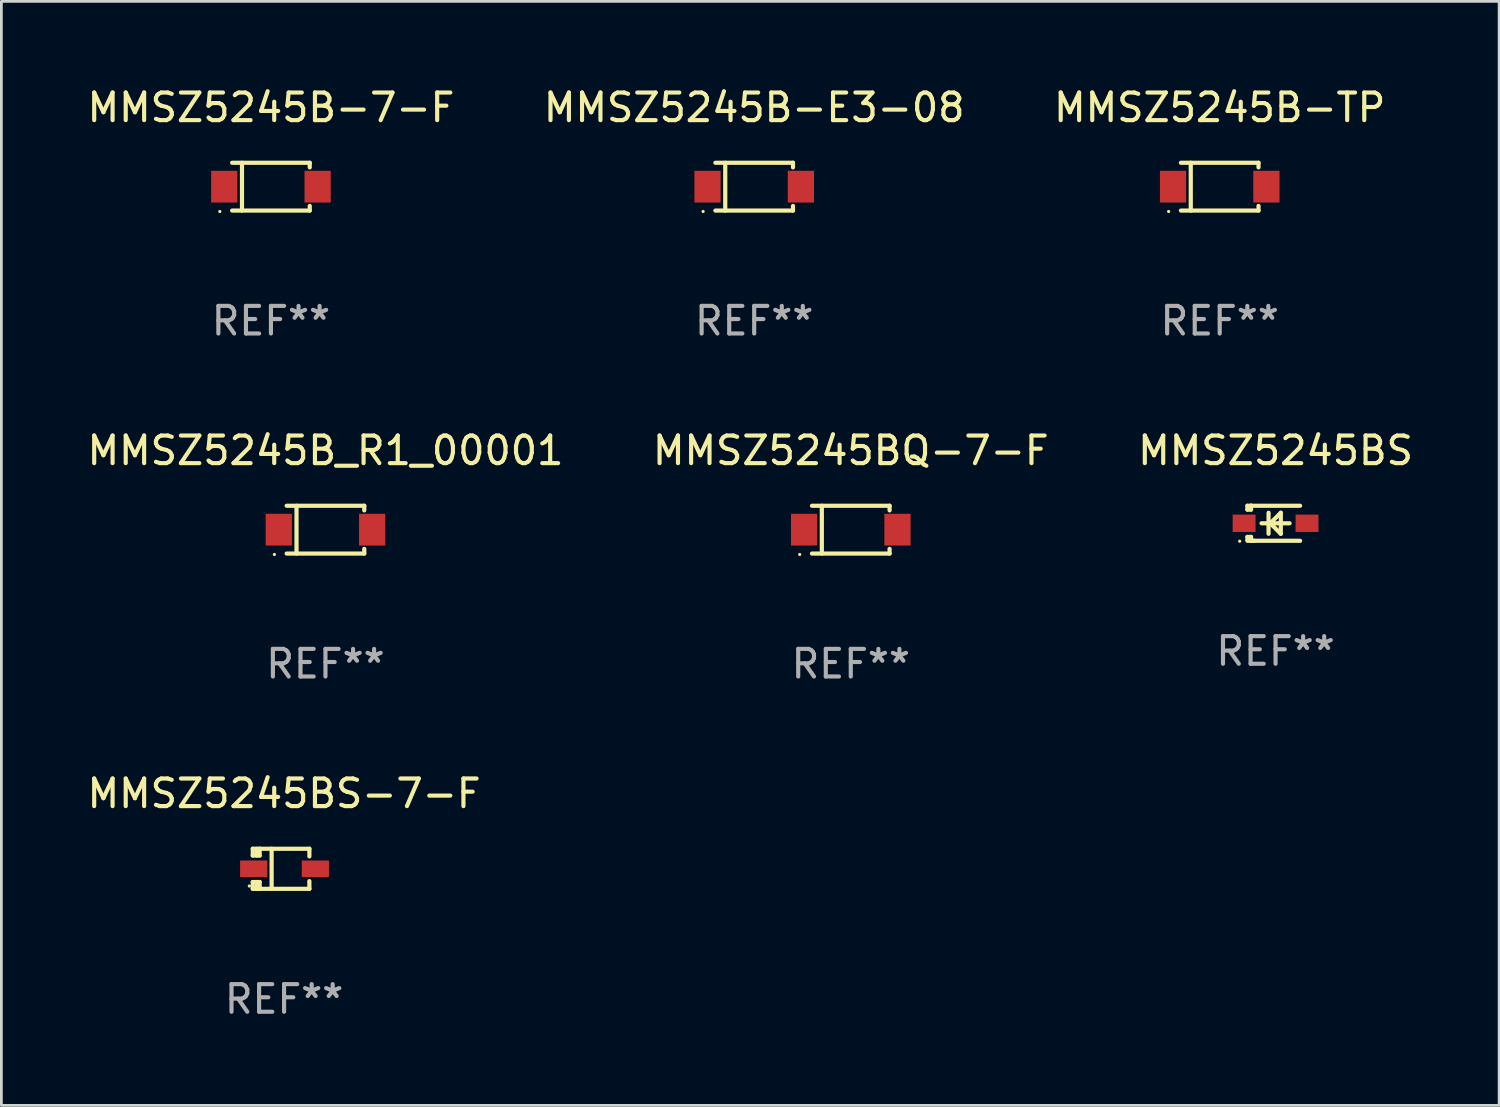
<source format=kicad_pcb>
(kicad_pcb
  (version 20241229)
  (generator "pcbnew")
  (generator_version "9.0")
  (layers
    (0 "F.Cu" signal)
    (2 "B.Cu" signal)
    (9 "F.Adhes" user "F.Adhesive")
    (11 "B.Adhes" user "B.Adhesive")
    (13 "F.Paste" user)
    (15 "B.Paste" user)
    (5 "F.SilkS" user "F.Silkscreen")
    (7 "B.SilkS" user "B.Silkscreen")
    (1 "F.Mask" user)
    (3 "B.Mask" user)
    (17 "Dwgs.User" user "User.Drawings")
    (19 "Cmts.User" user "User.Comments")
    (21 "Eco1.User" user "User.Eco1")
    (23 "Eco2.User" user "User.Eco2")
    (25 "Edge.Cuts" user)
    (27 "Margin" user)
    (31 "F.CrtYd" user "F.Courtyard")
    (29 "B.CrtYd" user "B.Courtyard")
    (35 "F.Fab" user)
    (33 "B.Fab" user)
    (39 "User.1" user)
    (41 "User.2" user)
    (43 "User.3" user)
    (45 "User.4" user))
  (footprint "MMSZ5245B-TP"
    (layer "F.Cu")
    (at 41.149 3.714)
    (property "Reference" "MMSZ5245B-TP" (at 0 -2.866 0) (layer "F.SilkS") (effects (font (size 1 1) (thickness 0.15))))
    (attr through_hole)
    (fp_line (start -1.406 -0.866) (end 1.406 -0.866) (stroke (width 0.152) (type solid)) (layer "F.SilkS"))
    (fp_line (start -1.406 0.866) (end 1.406 0.866) (stroke (width 0.152) (type solid)) (layer "F.SilkS"))
    (fp_line (start -1.049 -0.866) (end -1.049 0.866) (stroke (width 0.152) (type solid)) (layer "F.SilkS"))
    (fp_line (start 1.406 -0.866) (end 1.406 -0.698) (stroke (width 0.152) (type solid)) (layer "F.SilkS"))
    (fp_line (start 1.406 0.866) (end 1.406 0.698) (stroke (width 0.152) (type solid)) (layer "F.SilkS"))
    (fp_circle (center -1.851 0.9) (end -1.821 0.9) (stroke (width 0.06) (type solid)) (fill no) (layer "F.SilkS"))
    (fp_text user "REF**" (at 0 4.866 0) (layer "F.Fab") (effects (font (size 1 1) (thickness 0.15))))
    (pad "1" smd rect (at -1.692 0) (size 0.95 1.15) (layers "F.Cu" "F.Mask" "F.Paste"))
    (pad "2" smd rect (at 1.692 0) (size 0.95 1.15) (layers "F.Cu" "F.Mask" "F.Paste")))
  (footprint "MMSZ5245BQ-7-F"
    (layer "F.Cu")
    (at 27.78 16.143)
    (property "Reference" "MMSZ5245BQ-7-F" (at 0 -2.866 0) (layer "F.SilkS") (effects (font (size 1 1) (thickness 0.15))))
    (attr through_hole)
    (fp_line (start -1.406 -0.866) (end 1.406 -0.866) (stroke (width 0.152) (type solid)) (layer "F.SilkS"))
    (fp_line (start -1.406 0.866) (end 1.406 0.866) (stroke (width 0.152) (type solid)) (layer "F.SilkS"))
    (fp_line (start -1.049 -0.866) (end -1.049 0.866) (stroke (width 0.152) (type solid)) (layer "F.SilkS"))
    (fp_line (start 1.406 -0.866) (end 1.406 -0.698) (stroke (width 0.152) (type solid)) (layer "F.SilkS"))
    (fp_line (start 1.406 0.866) (end 1.406 0.698) (stroke (width 0.152) (type solid)) (layer "F.SilkS"))
    (fp_circle (center -1.851 0.9) (end -1.821 0.9) (stroke (width 0.06) (type solid)) (fill no) (layer "F.SilkS"))
    (fp_text user "REF**" (at 0 4.866 0) (layer "F.Fab") (effects (font (size 1 1) (thickness 0.15))))
    (pad "1" smd rect (at -1.692 0) (size 0.95 1.15) (layers "F.Cu" "F.Mask" "F.Paste"))
    (pad "2" smd rect (at 1.692 0) (size 0.95 1.15) (layers "F.Cu" "F.Mask" "F.Paste")))
  (footprint "MMSZ5245BS-7-F"
    (layer "F.Cu")
    (at 7.244 28.432)
    (property "Reference" "MMSZ5245BS-7-F" (at 0 -2.726 0) (layer "F.SilkS") (effects (font (size 1 1) (thickness 0.15))))
    (attr through_hole)
    (fp_line (start -1.134 0.48) (end -1.134 0.726) (stroke (width 0.152) (type solid)) (layer "F.SilkS"))
    (fp_line (start -1.134 0.726) (end -0.885 0.726) (stroke (width 0.152) (type solid)) (layer "F.SilkS"))
    (fp_line (start -1.134 -0.726) (end -1.134 -0.48) (stroke (width 0.152) (type solid)) (layer "F.SilkS"))
    (fp_line (start -0.992 -0.726) (end -0.992 -0.48) (stroke (width 0.152) (type solid)) (layer "F.SilkS"))
    (fp_line (start -0.992 0.48) (end -0.992 0.726) (stroke (width 0.152) (type solid)) (layer "F.SilkS"))
    (fp_line (start -0.885 -0.726) (end -1.134 -0.726) (stroke (width 0.152) (type solid)) (layer "F.SilkS"))
    (fp_line (start -0.885 -0.48) (end -1.134 -0.48) (stroke (width 0.152) (type solid)) (layer "F.SilkS"))
    (fp_line (start -0.885 -0.48) (end -0.885 -0.726) (stroke (width 0.152) (type solid)) (layer "F.SilkS"))
    (fp_line (start -0.885 0.48) (end -1.134 0.48) (stroke (width 0.152) (type solid)) (layer "F.SilkS"))
    (fp_line (start -0.885 0.48) (end -0.885 0.726) (stroke (width 0.152) (type solid)) (layer "F.SilkS"))
    (fp_line (start -0.451 0.726) (end -0.451 -0.726) (stroke (width 0.152) (type solid)) (layer "F.SilkS"))
    (fp_line (start 0.917 -0.726) (end -0.885 -0.726) (stroke (width 0.152) (type solid)) (layer "F.SilkS"))
    (fp_line (start 0.917 -0.726) (end 0.917 -0.448) (stroke (width 0.152) (type solid)) (layer "F.SilkS"))
    (fp_line (start 0.917 0.726) (end -0.885 0.726) (stroke (width 0.152) (type solid)) (layer "F.SilkS"))
    (fp_line (start 0.917 0.726) (end 0.917 0.448) (stroke (width 0.152) (type solid)) (layer "F.SilkS"))
    (fp_circle (center -1.259 0.625) (end -1.229 0.625) (stroke (width 0.06) (type solid)) (fill no) (layer "F.SilkS"))
    (fp_text user "REF**" (at 0 4.726 0) (layer "F.Fab") (effects (font (size 1 1) (thickness 0.15))))
    (pad "1" smd rect (at -1.101 -0.000114) (size 0.985 0.6) (layers "F.Cu" "F.Mask" "F.Paste"))
    (pad "2" smd rect (at 1.134 -0.000114) (size 0.985 0.6) (layers "F.Cu" "F.Mask" "F.Paste")))
  (footprint "MMSZ5245BS"
    (layer "F.Cu")
    (at 43.173 15.912)
    (property "Reference" "MMSZ5245BS" (at 0 -2.635 0) (layer "F.SilkS") (effects (font (size 1 1) (thickness 0.15))))
    (attr through_hole)
    (fp_line (start -1.02 -0.635) (end -1.02 -0.495) (stroke (width 0.152) (type solid)) (layer "F.SilkS"))
    (fp_line (start -1.02 -0.495) (end -0.889 -0.495) (stroke (width 0.152) (type solid)) (layer "F.SilkS"))
    (fp_line (start -1.02 0.495) (end -1.02 0.62) (stroke (width 0.152) (type solid)) (layer "F.SilkS"))
    (fp_line (start -1.02 0.495) (end -0.889 0.495) (stroke (width 0.152) (type solid)) (layer "F.SilkS"))
    (fp_line (start -0.889 -0.635) (end -1.02 -0.635) (stroke (width 0.152) (type solid)) (layer "F.SilkS"))
    (fp_line (start -0.889 -0.635) (end -0.889 -0.595) (stroke (width 0.152) (type solid)) (layer "F.SilkS"))
    (fp_line (start -0.889 -0.635) (end 0.889 -0.635) (stroke (width 0.152) (type solid)) (layer "F.SilkS"))
    (fp_line (start -0.889 -0.495) (end -0.889 -0.635) (stroke (width 0.152) (type solid)) (layer "F.SilkS"))
    (fp_line (start -0.889 0.595) (end -0.889 0.495) (stroke (width 0.152) (type solid)) (layer "F.SilkS"))
    (fp_line (start -0.889 0.595) (end -0.889 0.635) (stroke (width 0.152) (type solid)) (layer "F.SilkS"))
    (fp_line (start -0.889 0.635) (end 0.889 0.635) (stroke (width 0.152) (type solid)) (layer "F.SilkS"))
    (fp_line (start -0.776 0.635) (end -1.014 0.635) (stroke (width 0.152) (type solid)) (layer "F.SilkS"))
    (fp_line (start -0.254 -0.381) (end -0.254 0.381) (stroke (width 0.152) (type solid)) (layer "F.SilkS"))
    (fp_line (start -0.191 0) (end 0.19 -0.381) (stroke (width 0.152) (type solid)) (layer "F.SilkS"))
    (fp_line (start 0.19 -0.381) (end 0.19 0.381) (stroke (width 0.152) (type solid)) (layer "F.SilkS"))
    (fp_line (start 0.19 0.381) (end -0.191 0) (stroke (width 0.152) (type solid)) (layer "F.SilkS"))
    (fp_line (start 0.508 0) (end -0.508 0) (stroke (width 0.152) (type solid)) (layer "F.SilkS"))
    (fp_circle (center -1.3 0.65) (end -1.27 0.65) (stroke (width 0.06) (type solid)) (fill no) (layer "F.SilkS"))
    (fp_text user "REF**" (at 0 4.635 0) (layer "F.Fab") (effects (font (size 1 1) (thickness 0.15))))
    (pad "1" smd rect (at -1.14 0.000051 90) (size 0.63 0.83) (layers "F.Cu" "F.Mask" "F.Paste"))
    (pad "2" smd rect (at 1.14 0.000051 90) (size 0.63 0.83) (layers "F.Cu" "F.Mask" "F.Paste")))
  (footprint "MMSZ5245B-E3-08"
    (layer "F.Cu")
    (at 24.28 3.714)
    (property "Reference" "MMSZ5245B-E3-08" (at 0 -2.866 0) (layer "F.SilkS") (effects (font (size 1 1) (thickness 0.15))))
    (attr through_hole)
    (fp_line (start -1.406 -0.866) (end 1.406 -0.866) (stroke (width 0.152) (type solid)) (layer "F.SilkS"))
    (fp_line (start -1.406 0.866) (end 1.406 0.866) (stroke (width 0.152) (type solid)) (layer "F.SilkS"))
    (fp_line (start -1.049 -0.866) (end -1.049 0.866) (stroke (width 0.152) (type solid)) (layer "F.SilkS"))
    (fp_line (start 1.406 -0.866) (end 1.406 -0.698) (stroke (width 0.152) (type solid)) (layer "F.SilkS"))
    (fp_line (start 1.406 0.866) (end 1.406 0.698) (stroke (width 0.152) (type solid)) (layer "F.SilkS"))
    (fp_circle (center -1.851 0.9) (end -1.821 0.9) (stroke (width 0.06) (type solid)) (fill no) (layer "F.SilkS"))
    (fp_text user "REF**" (at 0 4.866 0) (layer "F.Fab") (effects (font (size 1 1) (thickness 0.15))))
    (pad "1" smd rect (at -1.692 0) (size 0.95 1.15) (layers "F.Cu" "F.Mask" "F.Paste"))
    (pad "2" smd rect (at 1.692 0) (size 0.95 1.15) (layers "F.Cu" "F.Mask" "F.Paste")))
  (footprint "MMSZ5245B_R1_00001"
    (layer "F.Cu")
    (at 8.744 16.143)
    (property "Reference" "MMSZ5245B_R1_00001" (at 0 -2.866 0) (layer "F.SilkS") (effects (font (size 1 1) (thickness 0.15))))
    (attr through_hole)
    (fp_line (start -1.406 -0.866) (end 1.406 -0.866) (stroke (width 0.152) (type solid)) (layer "F.SilkS"))
    (fp_line (start -1.406 0.866) (end 1.406 0.866) (stroke (width 0.152) (type solid)) (layer "F.SilkS"))
    (fp_line (start -1.049 -0.866) (end -1.049 0.866) (stroke (width 0.152) (type solid)) (layer "F.SilkS"))
    (fp_line (start 1.406 -0.866) (end 1.406 -0.698) (stroke (width 0.152) (type solid)) (layer "F.SilkS"))
    (fp_line (start 1.406 0.866) (end 1.406 0.698) (stroke (width 0.152) (type solid)) (layer "F.SilkS"))
    (fp_circle (center -1.851 0.9) (end -1.821 0.9) (stroke (width 0.06) (type solid)) (fill no) (layer "F.SilkS"))
    (fp_text user "REF**" (at 0 4.866 0) (layer "F.Fab") (effects (font (size 1 1) (thickness 0.15))))
    (pad "1" smd rect (at -1.692 0) (size 0.95 1.15) (layers "F.Cu" "F.Mask" "F.Paste"))
    (pad "2" smd rect (at 1.692 0) (size 0.95 1.15) (layers "F.Cu" "F.Mask" "F.Paste")))
  (footprint "MMSZ5245B-7-F"
    (layer "F.Cu")
    (at 6.768 3.714)
    (property "Reference" "MMSZ5245B-7-F" (at 0 -2.866 0) (layer "F.SilkS") (effects (font (size 1 1) (thickness 0.15))))
    (attr through_hole)
    (fp_line (start -1.406 -0.866) (end 1.406 -0.866) (stroke (width 0.152) (type solid)) (layer "F.SilkS"))
    (fp_line (start -1.406 0.866) (end 1.406 0.866) (stroke (width 0.152) (type solid)) (layer "F.SilkS"))
    (fp_line (start -1.049 -0.866) (end -1.049 0.866) (stroke (width 0.152) (type solid)) (layer "F.SilkS"))
    (fp_line (start 1.406 -0.866) (end 1.406 -0.698) (stroke (width 0.152) (type solid)) (layer "F.SilkS"))
    (fp_line (start 1.406 0.866) (end 1.406 0.698) (stroke (width 0.152) (type solid)) (layer "F.SilkS"))
    (fp_circle (center -1.851 0.9) (end -1.821 0.9) (stroke (width 0.06) (type solid)) (fill no) (layer "F.SilkS"))
    (fp_text user "REF**" (at 0 4.866 0) (layer "F.Fab") (effects (font (size 1 1) (thickness 0.15))))
    (pad "1" smd rect (at -1.692 0) (size 0.95 1.15) (layers "F.Cu" "F.Mask" "F.Paste"))
    (pad "2" smd rect (at 1.692 0) (size 0.95 1.15) (layers "F.Cu" "F.Mask" "F.Paste")))
  (gr_rect
    (start -3 -3)
    (end 51.274 37.007)
    (stroke (width 0.1) (type default))
    (fill no)
    (layer "Edge.Cuts")))
</source>
